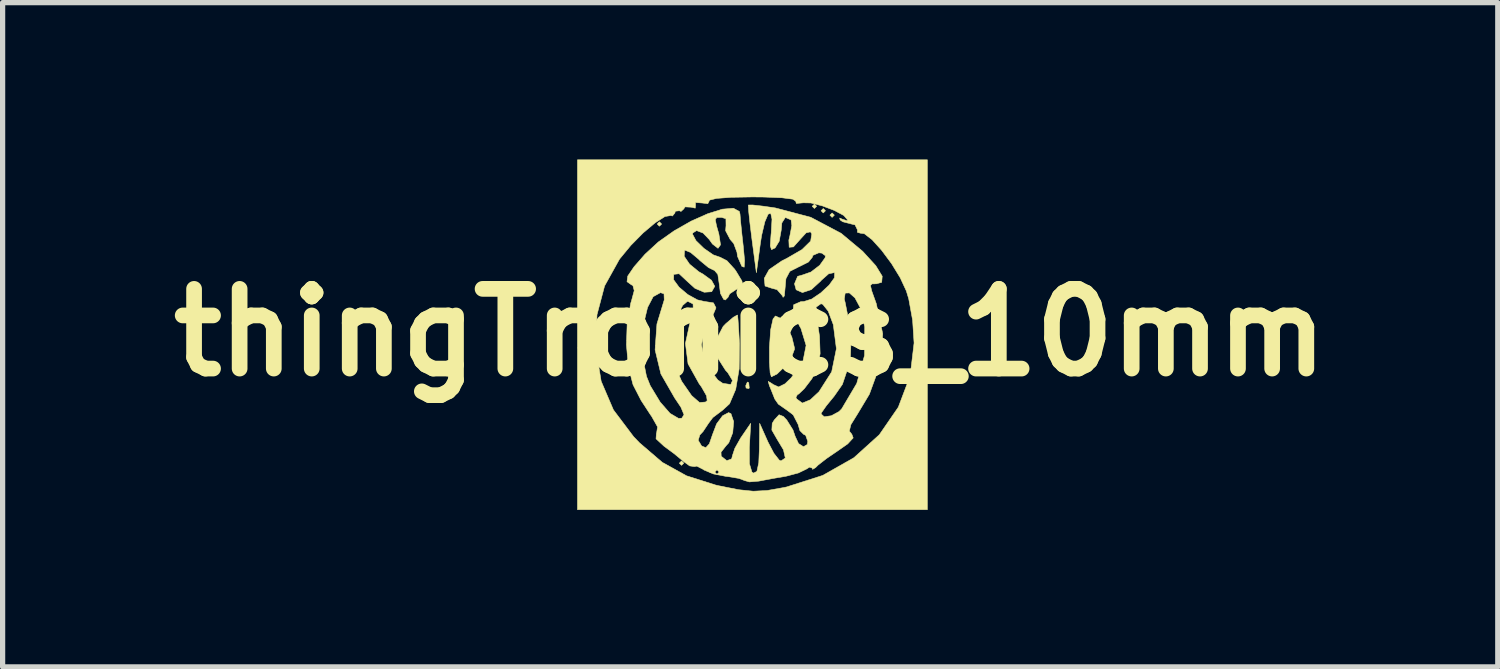
<source format=kicad_pcb>
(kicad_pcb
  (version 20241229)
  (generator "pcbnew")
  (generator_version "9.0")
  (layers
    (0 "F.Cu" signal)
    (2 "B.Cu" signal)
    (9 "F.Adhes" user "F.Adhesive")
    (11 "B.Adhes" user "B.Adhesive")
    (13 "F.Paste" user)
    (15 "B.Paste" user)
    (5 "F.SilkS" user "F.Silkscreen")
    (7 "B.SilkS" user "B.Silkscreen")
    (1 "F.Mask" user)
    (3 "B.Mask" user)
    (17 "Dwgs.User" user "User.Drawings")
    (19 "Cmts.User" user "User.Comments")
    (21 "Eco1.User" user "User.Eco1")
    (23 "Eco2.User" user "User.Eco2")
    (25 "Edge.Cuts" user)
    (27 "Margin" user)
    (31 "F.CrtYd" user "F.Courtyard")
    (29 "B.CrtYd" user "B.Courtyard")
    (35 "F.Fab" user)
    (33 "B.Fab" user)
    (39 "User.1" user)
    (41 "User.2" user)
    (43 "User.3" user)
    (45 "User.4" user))
  (footprint "thingTronics_10mm"
    (layer "F.Cu")
    (at 11.292 3.307)
    (property "Reference" "thingTronics_10mm" (at 0 0 0) (layer "F.SilkS") (effects (font (size 1.524 1.524) (thickness 0.3))))
    (attr through_hole)
    (fp_poly (pts (xy -1.693 -2.074) (xy -1.736 -2.032) (xy -1.778 -2.074) (xy -1.736 -2.117) (xy -1.693 -2.074)) (stroke (width 0.01) (type solid)) (fill yes) (layer "F.SilkS"))
    (fp_poly (pts (xy -1.27 2.498) (xy -1.312 2.54) (xy -1.355 2.498) (xy -1.312 2.455) (xy -1.27 2.498)) (stroke (width 0.01) (type solid)) (fill yes) (layer "F.SilkS"))
    (fp_poly (pts (xy 1.27 -2.413) (xy 1.228 -2.371) (xy 1.185 -2.413) (xy 1.228 -2.455) (xy 1.27 -2.413)) (stroke (width 0.01) (type solid)) (fill yes) (layer "F.SilkS"))
    (fp_poly (pts (xy 1.439 -2.328) (xy 1.397 -2.286) (xy 1.355 -2.328) (xy 1.397 -2.371) (xy 1.439 -2.328)) (stroke (width 0.01) (type solid)) (fill yes) (layer "F.SilkS"))
    (fp_poly (pts (xy 1.609 -2.244) (xy 1.566 -2.201) (xy 1.524 -2.244) (xy 1.566 -2.286) (xy 1.609 -2.244)) (stroke (width 0.01) (type solid)) (fill yes) (layer "F.SilkS"))
    (fp_poly (pts (xy -0.028 0.96) (xy -0.018 1.06) (xy -0.028 1.072) (xy -0.079 1.061) (xy -0.085 1.016) (xy -0.054 0.946) (xy -0.028 0.96)) (stroke (width 0.01) (type solid)) (fill yes) (layer "F.SilkS"))
    (fp_poly (pts (xy 0.582 -0.271) (xy 0.698 -0.119) (xy 0.796 0.086) (xy 0.845 0.288) (xy 0.847 0.32) (xy 0.792 0.467) (xy 0.665 0.645) (xy 0.515 0.792) (xy 0.405 0.847) (xy 0.381 0.769) (xy 0.368 0.567) (xy 0.368 0.283) (xy 0.368 0.282) (xy 0.391 -0.052) (xy 0.437 -0.259) (xy 0.482 -0.316) (xy 0.582 -0.271)) (stroke (width 0.01) (type solid)) (fill yes) (layer "F.SilkS"))
    (fp_poly (pts (xy 3.387 3.387) (xy -3.302 3.387) (xy -3.302 0.295) (xy -2.951 0.295) (xy -2.95 0.313) (xy -2.849 0.932) (xy -2.615 1.479) (xy -2.23 1.99) (xy -2.116 2.109) (xy -1.681 2.482) (xy -1.218 2.739) (xy -0.663 2.915) (xy -0.593 2.931) (xy -0.222 3.005) (xy 0.06 3.034) (xy 0.325 3.02) (xy 0.647 2.963) (xy 0.694 2.953) (xy 1.386 2.732) (xy 1.982 2.394) (xy 2.469 1.954) (xy 2.832 1.427) (xy 3.058 0.829) (xy 3.133 0.2) (xy 3.105 -0.235) (xy 3.031 -0.643) (xy 2.985 -0.795) (xy 2.868 -1.047) (xy 2.702 -1.318) (xy 2.513 -1.572) (xy 2.331 -1.774) (xy 2.181 -1.89) (xy 2.107 -1.899) (xy 2.049 -1.916) (xy 2.051 -1.962) (xy 2.004 -2.058) (xy 1.932 -2.075) (xy 1.768 -2.118) (xy 1.72 -2.152) (xy 1.71 -2.189) (xy 1.757 -2.168) (xy 1.851 -2.138) (xy 1.863 -2.152) (xy 1.79 -2.237) (xy 1.609 -2.334) (xy 1.38 -2.421) (xy 1.16 -2.477) (xy 1.015 -2.48) (xy 0.882 -2.467) (xy 0.871 -2.51) (xy 0.816 -2.549) (xy 0.608 -2.576) (xy 0.265 -2.59) (xy 0.042 -2.592) (xy -0.364 -2.585) (xy -0.643 -2.564) (xy -0.778 -2.531) (xy -0.786 -2.51) (xy -0.81 -2.463) (xy -0.918 -2.476) (xy -1.046 -2.486) (xy -1.045 -2.433) (xy -1.05 -2.378) (xy -1.129 -2.396) (xy -1.246 -2.402) (xy -1.27 -2.363) (xy -1.322 -2.315) (xy -1.355 -2.328) (xy -1.433 -2.319) (xy -1.439 -2.286) (xy -1.487 -2.227) (xy -1.514 -2.237) (xy -1.629 -2.218) (xy -1.818 -2.097) (xy -2.047 -1.904) (xy -2.282 -1.666) (xy -2.49 -1.414) (xy -2.505 -1.392) (xy -2.784 -0.89) (xy -2.929 -0.34) (xy -2.951 0.295) (xy -3.302 0.295) (xy -3.302 -3.302) (xy 3.387 -3.302) (xy 3.387 3.387)) (stroke (width 0.01) (type solid)) (fill yes) (layer "F.SilkS"))
    (fp_poly (pts (xy 0.252 -2.415) (xy 0.484 -2.381) (xy 1.158 -2.203) (xy 1.739 -1.896) (xy 2.15 -1.553) (xy 2.401 -1.278) (xy 2.524 -1.077) (xy 2.514 -0.96) (xy 2.413 -0.931) (xy 2.329 -0.93) (xy 2.299 -0.899) (xy 2.323 -0.796) (xy 2.401 -0.578) (xy 2.411 -0.55) (xy 2.534 0.025) (xy 2.49 0.601) (xy 2.278 1.18) (xy 2.055 1.552) (xy 1.924 1.763) (xy 1.895 1.885) (xy 1.943 1.945) (xy 1.969 2.015) (xy 1.864 2.129) (xy 1.684 2.255) (xy 1.46 2.408) (xy 1.297 2.535) (xy 1.25 2.582) (xy 1.193 2.616) (xy 1.187 2.593) (xy 1.135 2.573) (xy 1.076 2.61) (xy 0.921 2.685) (xy 0.691 2.746) (xy 0.674 2.749) (xy 0.402 2.796) (xy 0.165 2.841) (xy -0.016 2.856) (xy -0.104 2.831) (xy -0.216 2.789) (xy -0.424 2.754) (xy -0.465 2.75) (xy -0.706 2.703) (xy -0.791 2.667) (xy -0.677 2.667) (xy -0.635 2.709) (xy -0.593 2.667) (xy -0.635 2.625) (xy -0.677 2.667) (xy -0.791 2.667) (xy -0.884 2.628) (xy -0.896 2.618) (xy -1.02 2.554) (xy -1.067 2.563) (xy -1.157 2.55) (xy -1.269 2.469) (xy -1.454 2.316) (xy -1.65 2.171) (xy -1.8 2.032) (xy -1.793 1.928) (xy -1.79 1.926) (xy -1.771 1.804) (xy -1.886 1.6) (xy -1.907 1.571) (xy -2.085 1.299) (xy -2.235 1.007) (xy -2.241 0.993) (xy -2.329 0.656) (xy -2.366 0.233) (xy -2.363 0.157) (xy -2.062 0.157) (xy -2.047 0.511) (xy -1.983 0.837) (xy -1.911 1.016) (xy -1.721 1.33) (xy -1.532 1.546) (xy -1.369 1.642) (xy -1.308 1.638) (xy -1.265 1.571) (xy -1.325 1.427) (xy -1.444 1.25) (xy -1.707 0.792) (xy -1.818 0.332) (xy -1.813 0.255) (xy -1.524 0.255) (xy -1.465 0.578) (xy -1.311 0.931) (xy -1.12 1.206) (xy -0.969 1.338) (xy -0.854 1.329) (xy -0.822 1.302) (xy -0.835 1.209) (xy -0.931 1.04) (xy -0.977 0.977) (xy -1.188 0.598) (xy -1.238 0.209) (xy -1.161 -0.146) (xy -1.086 -0.407) (xy -1.093 -0.546) (xy -1.184 -0.592) (xy -1.204 -0.593) (xy -1.291 -0.518) (xy -1.386 -0.332) (xy -1.468 -0.088) (xy -1.518 0.158) (xy -1.524 0.255) (xy -1.813 0.255) (xy -1.783 -0.163) (xy -1.643 -0.624) (xy -1.648 -0.741) (xy -1.716 -0.762) (xy -1.855 -0.685) (xy -1.962 -0.48) (xy -2.033 -0.186) (xy -2.062 0.157) (xy -2.363 0.157) (xy -2.351 -0.199) (xy -2.283 -0.564) (xy -2.272 -0.597) (xy -2.217 -0.801) (xy -2.242 -0.897) (xy -2.272 -0.913) (xy -2.355 -0.972) (xy -2.341 -1.079) (xy -2.22 -1.257) (xy -2.011 -1.496) (xy -1.757 -1.73) (xy -1.453 -1.945) (xy -1.128 -2.13) (xy -0.811 -2.271) (xy -0.532 -2.358) (xy -0.321 -2.376) (xy -0.207 -2.314) (xy -0.195 -2.265) (xy -0.184 -2.128) (xy -0.159 -1.883) (xy -0.133 -1.651) (xy -0.107 -1.373) (xy -0.115 -1.249) (xy -0.159 -1.265) (xy -0.162 -1.27) (xy -0.242 -1.455) (xy -0.253 -1.535) (xy -0.315 -1.702) (xy -0.383 -1.78) (xy -0.47 -1.946) (xy -0.462 -2.044) (xy -0.464 -2.175) (xy -0.545 -2.201) (xy -0.638 -2.199) (xy -0.668 -2.16) (xy -0.643 -2.037) (xy -0.599 -1.883) (xy -0.567 -1.677) (xy -0.615 -1.61) (xy -0.722 -1.693) (xy -0.782 -1.778) (xy -0.901 -1.902) (xy -1.025 -1.949) (xy -1.098 -1.903) (xy -1.101 -1.877) (xy -1.036 -1.756) (xy -0.884 -1.608) (xy -0.706 -1.485) (xy -0.574 -1.439) (xy -0.445 -1.373) (xy -0.296 -1.209) (xy -0.266 -1.165) (xy -0.158 -0.985) (xy -0.14 -0.896) (xy -0.212 -0.846) (xy -0.258 -0.829) (xy -0.392 -0.74) (xy -0.423 -0.675) (xy -0.475 -0.622) (xy -0.508 -0.635) (xy -0.569 -0.749) (xy -0.593 -0.936) (xy -0.619 -1.112) (xy -0.681 -1.185) (xy -0.795 -1.24) (xy -0.96 -1.376) (xy -0.986 -1.402) (xy -1.14 -1.531) (xy -1.244 -1.573) (xy -1.255 -1.567) (xy -1.262 -1.458) (xy -1.159 -1.307) (xy -0.982 -1.162) (xy -0.902 -1.117) (xy -0.741 -1) (xy -0.677 -0.884) (xy -0.736 -0.78) (xy -0.879 -0.77) (xy -1.056 -0.845) (xy -1.205 -0.98) (xy -1.359 -1.124) (xy -1.462 -1.112) (xy -1.464 -1.009) (xy -1.36 -0.867) (xy -1.193 -0.726) (xy -1.006 -0.623) (xy -0.882 -0.595) (xy -0.702 -0.567) (xy -0.654 -0.472) (xy -0.732 -0.285) (xy -0.768 -0.225) (xy -0.879 0.01) (xy -0.931 0.225) (xy -0.931 0.241) (xy -0.884 0.468) (xy -0.767 0.713) (xy -0.619 0.907) (xy -0.526 0.971) (xy -0.372 0.994) (xy -0.338 0.917) (xy -0.428 0.768) (xy -0.471 0.722) (xy -0.645 0.448) (xy -0.66 0.157) (xy -0.517 -0.116) (xy -0.466 -0.169) (xy -0.322 -0.292) (xy -0.245 -0.335) (xy -0.242 -0.332) (xy -0.232 -0.235) (xy -0.218 -0.02) (xy -0.205 0.212) (xy -0.211 0.695) (xy -0.277 1.087) (xy -0.395 1.363) (xy -0.528 1.485) (xy -0.715 1.626) (xy -0.797 1.736) (xy -0.902 1.894) (xy -0.963 1.959) (xy -0.994 2.06) (xy -0.929 2.169) (xy -0.848 2.201) (xy -0.781 2.128) (xy -0.721 1.953) (xy -0.721 1.953) (xy -0.642 1.746) (xy -0.527 1.591) (xy -0.413 1.531) (xy -0.368 1.551) (xy -0.316 1.702) (xy -0.334 1.916) (xy -0.409 2.107) (xy -0.464 2.168) (xy -0.558 2.289) (xy -0.554 2.365) (xy -0.447 2.45) (xy -0.355 2.416) (xy -0.338 2.349) (xy -0.293 2.213) (xy -0.183 2.018) (xy -0.164 1.99) (xy 0.01 1.736) (xy -0.016 2.194) (xy -0.015 2.508) (xy 0.033 2.667) (xy 0.064 2.688) (xy 0.128 2.655) (xy 0.164 2.489) (xy 0.175 2.23) (xy 0.181 1.736) (xy 0.341 2.095) (xy 0.453 2.309) (xy 0.554 2.438) (xy 0.589 2.455) (xy 0.671 2.399) (xy 0.636 2.242) (xy 0.516 2.043) (xy 0.414 1.865) (xy 0.421 1.737) (xy 0.461 1.671) (xy 0.552 1.572) (xy 0.635 1.605) (xy 0.699 1.673) (xy 0.818 1.863) (xy 0.859 1.983) (xy 0.924 2.123) (xy 1.019 2.183) (xy 1.091 2.141) (xy 1.101 2.081) (xy 1.06 1.964) (xy 1.022 1.947) (xy 0.95 1.875) (xy 0.916 1.757) (xy 0.822 1.574) (xy 0.799 1.556) (xy 1.355 1.556) (xy 1.415 1.611) (xy 1.551 1.591) (xy 1.697 1.512) (xy 1.749 1.46) (xy 2.037 0.974) (xy 2.186 0.438) (xy 2.19 -0.108) (xy 2.1 -0.481) (xy 2.003 -0.662) (xy 1.896 -0.757) (xy 1.816 -0.754) (xy 1.799 -0.64) (xy 1.816 -0.572) (xy 1.932 0.016) (xy 1.914 0.543) (xy 1.763 0.991) (xy 1.604 1.219) (xy 1.454 1.402) (xy 1.365 1.53) (xy 1.355 1.556) (xy 0.799 1.556) (xy 0.704 1.485) (xy 0.538 1.369) (xy 0.471 1.273) (xy 0.457 1.238) (xy 0.874 1.238) (xy 0.889 1.27) (xy 0.997 1.349) (xy 1.15 1.286) (xy 1.316 1.131) (xy 1.558 0.751) (xy 1.648 0.31) (xy 1.589 -0.151) (xy 1.492 -0.408) (xy 1.387 -0.54) (xy 1.352 -0.55) (xy 1.26 -0.485) (xy 1.258 -0.381) (xy 1.325 0.071) (xy 1.337 0.403) (xy 1.292 0.655) (xy 1.187 0.87) (xy 1.173 0.892) (xy 1.034 1.074) (xy 0.927 1.176) (xy 0.905 1.185) (xy 0.874 1.238) (xy 0.457 1.238) (xy 0.391 1.073) (xy 0.367 1.016) (xy 0.345 0.934) (xy 0.42 0.979) (xy 0.438 0.993) (xy 0.544 1.041) (xy 0.665 0.981) (xy 0.784 0.866) (xy 1.008 0.553) (xy 1.069 0.246) (xy 0.97 -0.078) (xy 0.939 -0.133) (xy 0.821 -0.382) (xy 0.83 -0.53) (xy 0.967 -0.59) (xy 1.028 -0.593) (xy 1.176 -0.64) (xy 1.35 -0.758) (xy 1.509 -0.906) (xy 1.61 -1.046) (xy 1.614 -1.139) (xy 1.606 -1.145) (xy 1.5 -1.123) (xy 1.359 -0.998) (xy 1.345 -0.981) (xy 1.168 -0.82) (xy 0.999 -0.764) (xy 0.879 -0.817) (xy 0.847 -0.931) (xy 0.907 -1.074) (xy 1.003 -1.101) (xy 1.162 -1.157) (xy 1.329 -1.285) (xy 1.431 -1.427) (xy 1.439 -1.467) (xy 1.37 -1.518) (xy 1.312 -1.524) (xy 1.2 -1.476) (xy 1.185 -1.435) (xy 1.114 -1.348) (xy 0.941 -1.261) (xy 0.931 -1.257) (xy 0.757 -1.169) (xy 0.683 -1.029) (xy 0.668 -0.86) (xy 0.653 -0.699) (xy 0.628 -0.673) (xy 0.619 -0.699) (xy 0.514 -0.82) (xy 0.411 -0.847) (xy 0.284 -0.889) (xy 0.269 -1.036) (xy 0.362 -1.203) (xy 0.602 -1.368) (xy 0.701 -1.418) (xy 0.991 -1.586) (xy 1.156 -1.748) (xy 1.178 -1.887) (xy 1.152 -1.925) (xy 1.07 -1.906) (xy 0.967 -1.794) (xy 0.827 -1.637) (xy 0.745 -1.63) (xy 0.739 -1.767) (xy 0.76 -1.856) (xy 0.796 -2.046) (xy 0.782 -2.153) (xy 0.672 -2.2) (xy 0.605 -2.095) (xy 0.593 -1.958) (xy 0.555 -1.746) (xy 0.476 -1.617) (xy 0.407 -1.584) (xy 0.384 -1.658) (xy 0.398 -1.867) (xy 0.402 -1.903) (xy 0.417 -2.167) (xy 0.392 -2.282) (xy 0.342 -2.261) (xy 0.28 -2.117) (xy 0.219 -1.86) (xy 0.196 -1.715) (xy 0.118 -1.143) (xy 0.034 -1.778) (xy -0.004 -2.084) (xy -0.029 -2.317) (xy -0.036 -2.433) (xy -0.035 -2.438) (xy 0.048 -2.438) (xy 0.252 -2.415)) (stroke (width 0.01) (type solid)) (fill yes) (layer "F.SilkS")))
  (gr_rect
    (start -3 -3)
    (end 25.584 9.699)
    (stroke (width 0.1) (type default))
    (fill no)
    (layer "Edge.Cuts")))
</source>
